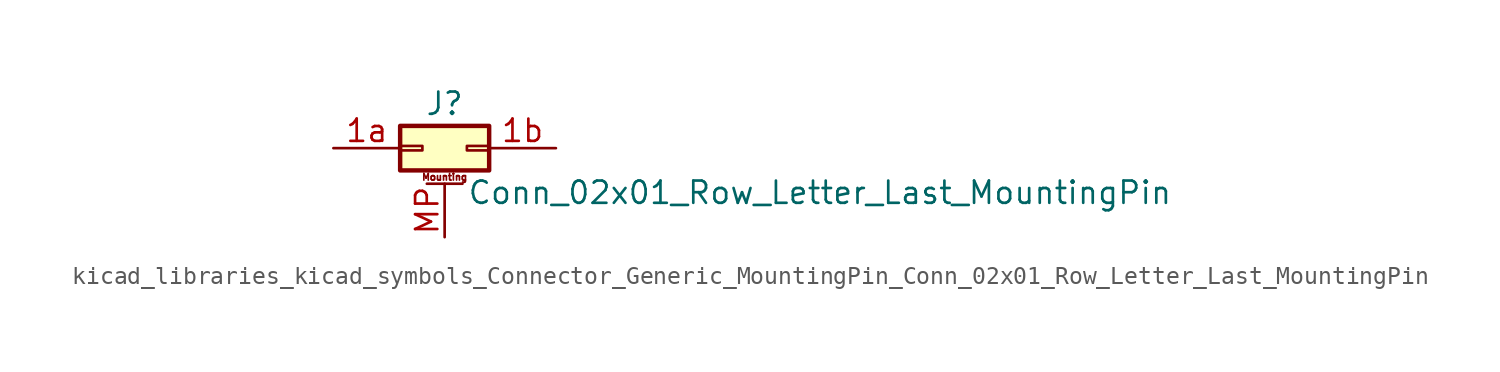
<source format=kicad_sym>
(kicad_symbol_lib
  (version 20220914)
  (generator kicad_symbol_editor)
  (symbol "kicad_libraries_kicad_symbols_Connector_Generic_MountingPin_Conn_02x01_Row_Letter_Last_MountingPin"
    (pin_names
      (offset 1.016) hide)
    (property "Reference" "J"
      (at 1.27 2.54 0)
      (effects (font (size 1.27 1.27))))
    (property "Value" "Conn_02x01_Row_Letter_Last_MountingPin"
      (at 2.54 -2.54 0)
      (effects (font (size 1.27 1.27)) (justify left)))
    (symbol "kicad_libraries_kicad_symbols_Connector_Generic_MountingPin_Conn_02x01_Row_Letter_Last_MountingPin_1_1"
      (rectangle (start -1.27 0.127) (end 0 -0.127) (stroke (width 0.152) (type default)) (fill (type none)))
      (rectangle (start -1.27 1.27) (end 3.81 -1.27) (stroke (width 0.254) (type default)) (fill (type background)))
      (polyline (pts (xy 0.254 -2.032) (xy 2.286 -2.032)) (stroke (width 0.152) (type default)) (fill (type none)))
      (rectangle (start 3.81 0.127) (end 2.54 -0.127) (stroke (width 0.152) (type default)) (fill (type none)))
      (text "Mounting" (at 1.27 -1.651 0) (effects (font (size 0.381 0.381))))
      (pin passive line (at -5.08 0 0) (length 3.81) (name "Pin_1a" (effects (font (size 1.27 1.27)))) (number "1a" (effects (font (size 1.27 1.27)))))
      (pin passive line (at 7.62 0 180) (length 3.81) (name "Pin_1b" (effects (font (size 1.27 1.27)))) (number "1b" (effects (font (size 1.27 1.27)))))
      (pin passive line (at 1.27 -5.08 90) (length 3.048) (name "MountPin" (effects (font (size 1.27 1.27)))) (number "MP" (effects (font (size 1.27 1.27))))))))
</source>
